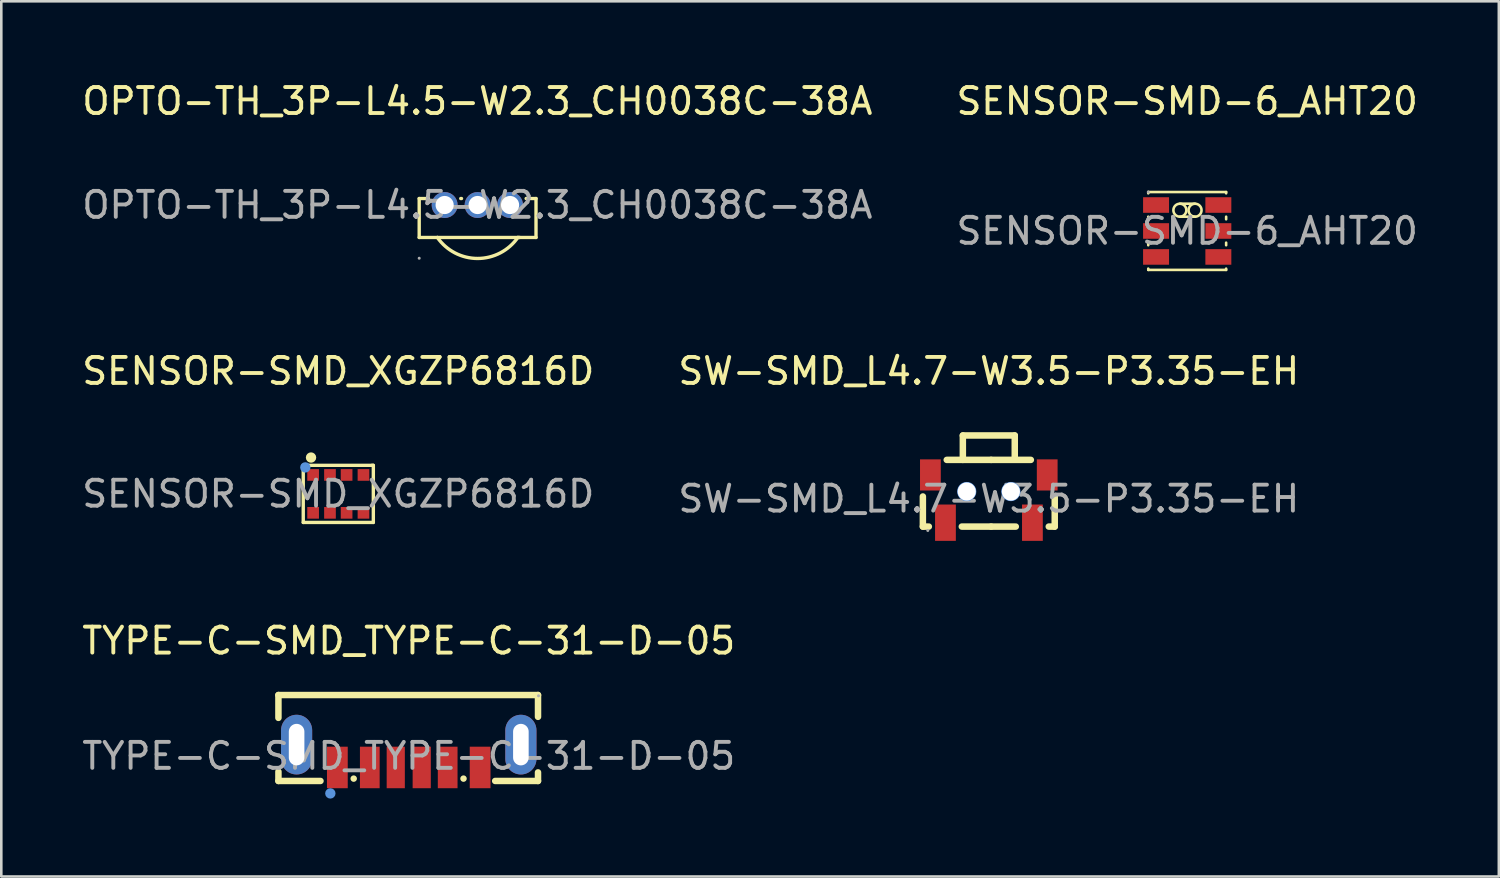
<source format=kicad_pcb>
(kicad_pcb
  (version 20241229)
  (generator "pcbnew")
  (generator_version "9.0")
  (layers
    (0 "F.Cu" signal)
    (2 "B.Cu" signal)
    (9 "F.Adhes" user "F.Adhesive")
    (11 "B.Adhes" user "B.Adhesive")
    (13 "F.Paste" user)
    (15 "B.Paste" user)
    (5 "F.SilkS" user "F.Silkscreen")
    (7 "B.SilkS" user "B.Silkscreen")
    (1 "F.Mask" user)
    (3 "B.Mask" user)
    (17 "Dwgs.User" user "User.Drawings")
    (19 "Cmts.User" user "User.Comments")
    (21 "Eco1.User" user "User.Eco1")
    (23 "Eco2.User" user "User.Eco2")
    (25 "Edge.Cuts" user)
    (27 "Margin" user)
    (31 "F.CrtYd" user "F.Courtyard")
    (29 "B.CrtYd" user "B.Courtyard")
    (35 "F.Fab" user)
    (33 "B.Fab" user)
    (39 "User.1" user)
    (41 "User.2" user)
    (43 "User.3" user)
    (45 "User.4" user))
  (footprint "OPTO-TH_3P-L4.5-W2.3_CH0038C-38A"
    (layer "F.Cu")
    (at 15.339 4.848)
    (property "Reference" "OPTO-TH_3P-L4.5-W2.3_CH0038C-38A" (at 0 -4 0) (layer "F.SilkS") (effects (font (size 1 1) (thickness 0.15))))
    (attr through_hole)
    (fp_line (start -2.24 -0.25) (end -2.24 1.25) (stroke (width 0.13) (type solid)) (layer "F.SilkS"))
    (fp_line (start -2.24 -0.25) (end -1.88 -0.25) (stroke (width 0.13) (type solid)) (layer "F.SilkS"))
    (fp_line (start -2.24 1.25) (end -1.54 1.25) (stroke (width 0.13) (type solid)) (layer "F.SilkS"))
    (fp_line (start -1.54 1.25) (end 1.63 1.25) (stroke (width 0.13) (type solid)) (layer "F.SilkS"))
    (fp_line (start -0.64 -0.25) (end -0.61 -0.25) (stroke (width 0.13) (type solid)) (layer "F.SilkS"))
    (fp_line (start 0.63 -0.25) (end 0.64 -0.25) (stroke (width 0.13) (type solid)) (layer "F.SilkS"))
    (fp_line (start 1.88 -0.25) (end 2.26 -0.25) (stroke (width 0.13) (type solid)) (layer "F.SilkS"))
    (fp_line (start 2.26 -0.25) (end 2.26 1.25) (stroke (width 0.13) (type solid)) (layer "F.SilkS"))
    (fp_line (start 2.26 1.25) (end 1.56 1.25) (stroke (width 0.13) (type solid)) (layer "F.SilkS"))
    (fp_arc (start 1.56 1.25) (mid 0.011227 2.059153) (end -1.538596 1.252012) (stroke (width 0.13) (type solid)) (layer "F.SilkS"))
    (fp_circle (center -2.24 2.05) (end -2.21 2.05) (stroke (width 0.06) (type solid)) (fill no) (layer "F.Fab"))
    (fp_text user "${REFERENCE}" (at 0 0 0) (layer "F.Fab") (effects (font (size 1 1) (thickness 0.15))))
    (pad "1" thru_hole circle (at -1.26 0) (size 1 1) (drill 0.7) (layers "*.Cu" "*.Mask"))
    (pad "2" thru_hole circle (at 0.01 0) (size 1 1) (drill 0.7) (layers "*.Cu" "*.Mask"))
    (pad "3" thru_hole circle (at 1.26 0) (size 1 1) (drill 0.7) (layers "*.Cu" "*.Mask")))
  (footprint "SENSOR-SMD_XGZP6816D"
    (layer "F.Cu")
    (at 9.982 15.976)
    (property "Reference" "SENSOR-SMD_XGZP6816D" (at 0 -4.73 0) (layer "F.SilkS") (effects (font (size 1 1) (thickness 0.15))))
    (attr smd)
    (fp_line (start -1.35 -1.1) (end -1.35 1.1) (stroke (width 0.13) (type solid)) (layer "F.SilkS"))
    (fp_line (start -1.35 1.1) (end 1.35 1.1) (stroke (width 0.13) (type solid)) (layer "F.SilkS"))
    (fp_line (start 1.3 -1.1) (end -1.35 -1.1) (stroke (width 0.13) (type solid)) (layer "F.SilkS"))
    (fp_line (start 1.35 -1.1) (end 1.3 -1.1) (stroke (width 0.13) (type solid)) (layer "F.SilkS"))
    (fp_line (start 1.35 1.1) (end 1.35 -1.1) (stroke (width 0.13) (type solid)) (layer "F.SilkS"))
    (fp_circle (center -1.05 -1.4) (end -0.95 -1.4) (stroke (width 0.2) (type solid)) (fill no) (layer "F.SilkS"))
    (fp_circle (center -1.27 -1.02) (end -1.17 -1.02) (stroke (width 0.2) (type solid)) (fill no) (layer "Cmts.User"))
    (fp_circle (center -1.25 -1) (end -1.22 -1) (stroke (width 0.06) (type solid)) (fill no) (layer "F.Fab"))
    (fp_text user "${REFERENCE}" (at 0 0 0) (layer "F.Fab") (effects (font (size 1 1) (thickness 0.15))))
    (pad "1" smd rect (at -0.97 -0.73 90) (size 0.45 0.45) (layers "F.Cu" "F.Mask" "F.Paste"))
    (pad "2" smd rect (at -0.32 -0.73 90) (size 0.45 0.45) (layers "F.Cu" "F.Mask" "F.Paste"))
    (pad "3" smd rect (at 0.32 -0.73 90) (size 0.45 0.45) (layers "F.Cu" "F.Mask" "F.Paste"))
    (pad "4" smd rect (at 0.97 -0.73 90) (size 0.45 0.45) (layers "F.Cu" "F.Mask" "F.Paste"))
    (pad "5" smd rect (at 0.97 0.73 90) (size 0.45 0.45) (layers "F.Cu" "F.Mask" "F.Paste"))
    (pad "6" smd rect (at 0.32 0.73 90) (size 0.45 0.45) (layers "F.Cu" "F.Mask" "F.Paste"))
    (pad "7" smd rect (at -0.32 0.73 90) (size 0.45 0.45) (layers "F.Cu" "F.Mask" "F.Paste"))
    (pad "8" smd rect (at -0.97 0.73 90) (size 0.45 0.45) (layers "F.Cu" "F.Mask" "F.Paste")))
  (footprint "TYPE-C-SMD_TYPE-C-31-D-05"
    (layer "F.Cu")
    (at 12.696 26.075)
    (property "Reference" "TYPE-C-SMD_TYPE-C-31-D-05" (at 0 -4.44 0) (layer "F.SilkS") (effects (font (size 1 1) (thickness 0.15))))
    (attr smd)
    (fp_line (start -5.02 -2.35) (end -5.02 -1.47) (stroke (width 0.25) (type solid)) (layer "F.SilkS"))
    (fp_line (start -5.02 -2.35) (end 4.98 -2.35) (stroke (width 0.25) (type solid)) (layer "F.SilkS"))
    (fp_line (start -5.02 0.6) (end -5.02 0.96) (stroke (width 0.25) (type solid)) (layer "F.SilkS"))
    (fp_line (start -5.02 0.96) (end -3.4 0.96) (stroke (width 0.25) (type solid)) (layer "F.SilkS"))
    (fp_line (start -2.12 0.87) (end -2.12 0.87) (stroke (width 0.25) (type solid)) (layer "F.SilkS"))
    (fp_line (start 2.11 0.87) (end 2.11 0.87) (stroke (width 0.25) (type solid)) (layer "F.SilkS"))
    (fp_line (start 4.98 -2.35) (end 4.98 -1.51) (stroke (width 0.25) (type solid)) (layer "F.SilkS"))
    (fp_line (start 4.98 0.63) (end 4.98 0.96) (stroke (width 0.25) (type solid)) (layer "F.SilkS"))
    (fp_line (start 4.98 0.96) (end 3.33 0.96) (stroke (width 0.25) (type solid)) (layer "F.SilkS"))
    (fp_circle (center -3.02 1.44) (end -2.92 1.44) (stroke (width 0.2) (type solid)) (fill no) (layer "Cmts.User"))
    (fp_circle (center 5 -2.32) (end 5.03 -2.32) (stroke (width 0.06) (type solid)) (fill no) (layer "F.Fab"))
    (fp_text user "${REFERENCE}" (at 0 0 0) (layer "F.Fab") (effects (font (size 1 1) (thickness 0.15))))
    (pad "7" thru_hole oval (at 4.32 -0.44) (size 1.2 2.3) (drill oval 0.6 1.6) (layers "*.Cu" "*.Mask"))
    (pad "8" thru_hole oval (at -4.32 -0.44) (size 1.2 2.3) (drill oval 0.6 1.6) (layers "*.Cu" "*.Mask"))
    (pad "A5" smd rect (at -0.5 0.44) (size 0.7 1.6) (layers "F.Cu" "F.Mask" "F.Paste"))
    (pad "A9" smd rect (at 1.5 0.44) (size 0.76 1.6) (layers "F.Cu" "F.Mask" "F.Paste"))
    (pad "A12" smd rect (at 2.75 0.44) (size 0.8 1.6) (layers "F.Cu" "F.Mask" "F.Paste"))
    (pad "B5" smd rect (at 0.5 0.44) (size 0.7 1.6) (layers "F.Cu" "F.Mask" "F.Paste"))
    (pad "B9" smd rect (at -1.5 0.44) (size 0.76 1.6) (layers "F.Cu" "F.Mask" "F.Paste"))
    (pad "B12" smd rect (at -2.75 0.44) (size 0.8 1.6) (layers "F.Cu" "F.Mask" "F.Paste")))
  (footprint "SW-SMD_L4.7-W3.5-P3.35-EH"
    (layer "F.Cu")
    (at 35.042 16.166)
    (property "Reference" "SW-SMD_L4.7-W3.5-P3.35-EH" (at 0 -4.92 0) (layer "F.SilkS") (effects (font (size 1 1) (thickness 0.15))))
    (attr smd)
    (fp_line (start -2.54 1.07) (end -2.54 -0.09) (stroke (width 0.25) (type solid)) (layer "F.SilkS"))
    (fp_line (start -2.31 1.07) (end -2.54 1.07) (stroke (width 0.25) (type solid)) (layer "F.SilkS"))
    (fp_line (start -1 -2.44) (end -1 -1.5) (stroke (width 0.25) (type solid)) (layer "F.SilkS"))
    (fp_line (start -1 -2.44) (end 1 -2.44) (stroke (width 0.25) (type solid)) (layer "F.SilkS"))
    (fp_line (start 0.09 -1.5) (end -1.62 -1.5) (stroke (width 0.25) (type solid)) (layer "F.SilkS"))
    (fp_line (start 0.09 -1.5) (end 1.62 -1.5) (stroke (width 0.25) (type solid)) (layer "F.SilkS"))
    (fp_line (start 0.09 1.07) (end -1.04 1.07) (stroke (width 0.25) (type solid)) (layer "F.SilkS"))
    (fp_line (start 0.09 1.07) (end 1.04 1.07) (stroke (width 0.25) (type solid)) (layer "F.SilkS"))
    (fp_line (start 1 -2.44) (end 1 -1.52) (stroke (width 0.25) (type solid)) (layer "F.SilkS"))
    (fp_line (start 2.31 1.07) (end 2.54 1.07) (stroke (width 0.25) (type solid)) (layer "F.SilkS"))
    (fp_line (start 2.54 1.07) (end 2.54 -0.09) (stroke (width 0.25) (type solid)) (layer "F.SilkS"))
    (fp_circle (center -0.85 -0.28) (end -0.73 -0.28) (stroke (width 0.25) (type solid)) (fill no) (layer "Cmts.User"))
    (fp_circle (center 0.85 -0.28) (end 0.97 -0.28) (stroke (width 0.25) (type solid)) (fill no) (layer "Cmts.User"))
    (fp_circle (center -2.35 1.22) (end -2.32 1.22) (stroke (width 0.06) (type solid)) (fill no) (layer "F.Fab"))
    (fp_text user "${REFERENCE}" (at 0 0 0) (layer "F.Fab") (effects (font (size 1 1) (thickness 0.15))))
    (pad "" smd rect (at -2.25 -0.92) (size 0.8 1.2) (layers "F.Cu" "F.Mask" "F.Paste"))
    (pad "" thru_hole circle (at -0.85 -0.28) (size 0.7 0.7) (drill 0.7) (layers "*.Cu" "*.Mask"))
    (pad "" thru_hole circle (at 0.85 -0.28) (size 0.7 0.7) (drill 0.7) (layers "*.Cu" "*.Mask"))
    (pad "" smd rect (at 2.25 -0.92) (size 0.8 1.2) (layers "F.Cu" "F.Mask" "F.Paste"))
    (pad "1" smd rect (at -1.67 0.92) (size 0.8 1.4) (layers "F.Cu" "F.Mask" "F.Paste"))
    (pad "2" smd rect (at 1.68 0.92) (size 0.8 1.4) (layers "F.Cu" "F.Mask" "F.Paste")))
  (footprint "SENSOR-SMD-6_AHT20"
    (layer "F.Cu")
    (at 42.685 5.848)
    (property "Reference" "SENSOR-SMD-6_AHT20" (at 0 -5 0) (layer "F.SilkS") (effects (font (size 1 1) (thickness 0.15))))
    (attr smd)
    (fp_line (start -1.5 -1.5) (end 1.5 -1.5) (stroke (width 0.1) (type solid)) (layer "F.SilkS"))
    (fp_line (start -1.5 -1.45) (end -1.5 -1.5) (stroke (width 0.1) (type solid)) (layer "F.SilkS"))
    (fp_line (start -1.5 -0.45) (end -1.5 -0.55) (stroke (width 0.1) (type solid)) (layer "F.SilkS"))
    (fp_line (start -1.5 0.55) (end -1.5 0.45) (stroke (width 0.1) (type solid)) (layer "F.SilkS"))
    (fp_line (start -1.5 1.5) (end -1.5 1.45) (stroke (width 0.1) (type solid)) (layer "F.SilkS"))
    (fp_line (start -0.28 -1.05) (end 0.3 -1.05) (stroke (width 0.1) (type solid)) (layer "F.SilkS"))
    (fp_line (start -0.28 -0.55) (end 0.3 -0.55) (stroke (width 0.1) (type solid)) (layer "F.SilkS"))
    (fp_line (start 1.5 -1.5) (end 1.5 -1.45) (stroke (width 0.1) (type solid)) (layer "F.SilkS"))
    (fp_line (start 1.5 -0.55) (end 1.5 -0.45) (stroke (width 0.1) (type solid)) (layer "F.SilkS"))
    (fp_line (start 1.5 0.45) (end 1.5 0.55) (stroke (width 0.1) (type solid)) (layer "F.SilkS"))
    (fp_line (start 1.5 1.45) (end 1.5 1.5) (stroke (width 0.1) (type solid)) (layer "F.SilkS"))
    (fp_line (start 1.5 1.5) (end -1.5 1.5) (stroke (width 0.1) (type solid)) (layer "F.SilkS"))
    (fp_arc (start -0.284363 -0.550038) (mid -0.277818 -1.049991) (end -0.28 -0.55) (stroke (width 0.1) (type solid)) (layer "F.SilkS"))
    (fp_arc (start 0.304363 -1.049962) (mid 0.297818 -0.550009) (end 0.3 -1.05) (stroke (width 0.1) (type solid)) (layer "F.SilkS"))
    (fp_circle (center -1.5 -1.5) (end -1.47 -1.5) (stroke (width 0.06) (type solid)) (fill no) (layer "F.Fab"))
    (fp_text user "${REFERENCE}" (at 0 0 0) (layer "F.Fab") (effects (font (size 1 1) (thickness 0.15))))
    (pad "1" smd rect (at -1.2 -1) (size 1 0.6) (layers "F.Cu" "F.Mask" "F.Paste"))
    (pad "2" smd rect (at -1.2 0) (size 1 0.6) (layers "F.Cu" "F.Mask" "F.Paste"))
    (pad "3" smd rect (at -1.2 1) (size 1 0.6) (layers "F.Cu" "F.Mask" "F.Paste"))
    (pad "4" smd rect (at 1.2 1) (size 1 0.6) (layers "F.Cu" "F.Mask" "F.Paste"))
    (pad "5" smd rect (at 1.2 0) (size 1 0.6) (layers "F.Cu" "F.Mask" "F.Paste"))
    (pad "6" smd rect (at 1.2 -1) (size 1 0.6) (layers "F.Cu" "F.Mask" "F.Paste")))
  (gr_rect
    (start -3 -3)
    (end 54.69 30.715)
    (stroke (width 0.1) (type default))
    (fill no)
    (layer "Edge.Cuts")))
</source>
